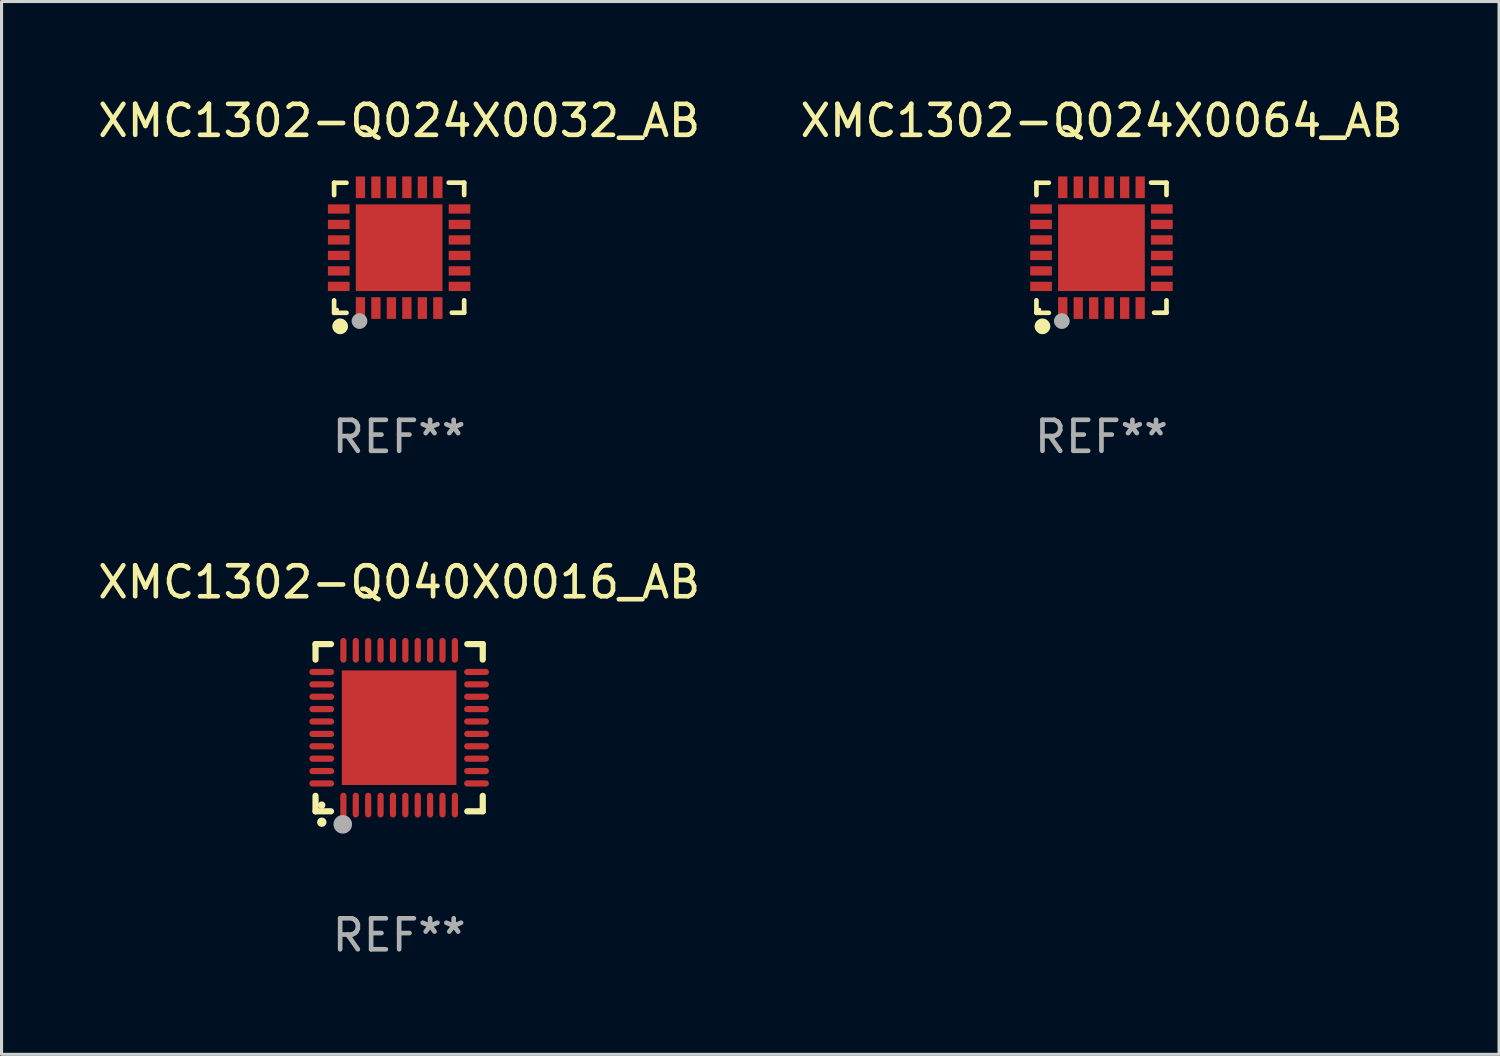
<source format=kicad_pcb>
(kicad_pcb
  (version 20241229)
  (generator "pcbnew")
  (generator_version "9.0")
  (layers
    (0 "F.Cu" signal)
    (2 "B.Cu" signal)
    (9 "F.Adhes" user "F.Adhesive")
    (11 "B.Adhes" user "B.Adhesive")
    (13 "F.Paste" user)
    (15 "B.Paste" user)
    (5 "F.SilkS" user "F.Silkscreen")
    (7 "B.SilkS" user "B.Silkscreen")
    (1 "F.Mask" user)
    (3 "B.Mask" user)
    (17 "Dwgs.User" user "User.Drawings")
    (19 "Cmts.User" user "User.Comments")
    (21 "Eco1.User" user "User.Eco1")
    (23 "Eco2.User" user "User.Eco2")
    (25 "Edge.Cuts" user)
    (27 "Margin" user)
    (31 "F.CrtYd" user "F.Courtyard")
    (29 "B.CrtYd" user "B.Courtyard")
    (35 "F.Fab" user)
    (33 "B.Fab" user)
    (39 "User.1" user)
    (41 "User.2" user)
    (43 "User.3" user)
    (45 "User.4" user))
  (footprint "XMC1302-Q024X0064_AB"
    (layer "F.Cu")
    (at 32.518 4.95)
    (property "Reference" "XMC1302-Q024X0064_AB" (at 0 -4.102 0) (layer "F.SilkS") (effects (font (size 1 1) (thickness 0.15))))
    (attr through_hole)
    (fp_line (start -2.1 -2.098) (end -1.7 -2.098) (stroke (width 0.15) (type solid)) (layer "F.SilkS"))
    (fp_line (start -2.1 -1.698) (end -2.1 -2.098) (stroke (width 0.15) (type solid)) (layer "F.SilkS"))
    (fp_line (start -2.1 2.102) (end -2.1 1.698) (stroke (width 0.15) (type solid)) (layer "F.SilkS"))
    (fp_line (start -1.7 2.102) (end -2.1 2.102) (stroke (width 0.15) (type solid)) (layer "F.SilkS"))
    (fp_line (start 1.6 -2.102) (end 2.1 -2.102) (stroke (width 0.15) (type solid)) (layer "F.SilkS"))
    (fp_line (start 1.7 2.098) (end 2.1 2.098) (stroke (width 0.15) (type solid)) (layer "F.SilkS"))
    (fp_line (start 2.1 -2.102) (end 2.1 -1.702) (stroke (width 0.15) (type solid)) (layer "F.SilkS"))
    (fp_line (start 2.1 2.098) (end 2.1 1.698) (stroke (width 0.15) (type solid)) (layer "F.SilkS"))
    (fp_circle (center -2 1.998) (end -1.97 1.998) (stroke (width 0.06) (type solid)) (fill no) (layer "F.SilkS"))
    (fp_circle (center -1.905 2.538) (end -1.778 2.538) (stroke (width 0.254) (type solid)) (fill no) (layer "F.SilkS"))
    (fp_circle (center -1.28 2.368) (end -1.153 2.368) (stroke (width 0.254) (type solid)) (fill no) (layer "F.Fab"))
    (fp_text user "REF**" (at 0 6.102 0) (layer "F.Fab") (effects (font (size 1 1) (thickness 0.15))))
    (pad "1" smd rect (at -1.25 1.948 180) (size 0.3 0.7) (layers "F.Cu" "F.Mask" "F.Paste"))
    (pad "2" smd rect (at -0.75 1.948 180) (size 0.3 0.7) (layers "F.Cu" "F.Mask" "F.Paste"))
    (pad "3" smd rect (at -0.25 1.948 180) (size 0.3 0.7) (layers "F.Cu" "F.Mask" "F.Paste"))
    (pad "4" smd rect (at 0.25 1.948 180) (size 0.3 0.7) (layers "F.Cu" "F.Mask" "F.Paste"))
    (pad "5" smd rect (at 0.75 1.948 180) (size 0.3 0.7) (layers "F.Cu" "F.Mask" "F.Paste"))
    (pad "6" smd rect (at 1.25 1.948 180) (size 0.3 0.7) (layers "F.Cu" "F.Mask" "F.Paste"))
    (pad "7" smd rect (at 1.95 1.248 270) (size 0.3 0.7) (layers "F.Cu" "F.Mask" "F.Paste"))
    (pad "8" smd rect (at 1.95 0.748 270) (size 0.3 0.7) (layers "F.Cu" "F.Mask" "F.Paste"))
    (pad "9" smd rect (at 1.95 0.248 270) (size 0.3 0.7) (layers "F.Cu" "F.Mask" "F.Paste"))
    (pad "10" smd rect (at 1.95 -0.252 270) (size 0.3 0.7) (layers "F.Cu" "F.Mask" "F.Paste"))
    (pad "11" smd rect (at 1.95 -0.752 270) (size 0.3 0.7) (layers "F.Cu" "F.Mask" "F.Paste"))
    (pad "12" smd rect (at 1.95 -1.252 270) (size 0.3 0.7) (layers "F.Cu" "F.Mask" "F.Paste"))
    (pad "13" smd rect (at 1.25 -1.952) (size 0.3 0.7) (layers "F.Cu" "F.Mask" "F.Paste"))
    (pad "14" smd rect (at 0.75 -1.952) (size 0.3 0.7) (layers "F.Cu" "F.Mask" "F.Paste"))
    (pad "15" smd rect (at 0.25 -1.952) (size 0.3 0.7) (layers "F.Cu" "F.Mask" "F.Paste"))
    (pad "16" smd rect (at -0.25 -1.952) (size 0.3 0.7) (layers "F.Cu" "F.Mask" "F.Paste"))
    (pad "17" smd rect (at -0.75 -1.952) (size 0.3 0.7) (layers "F.Cu" "F.Mask" "F.Paste"))
    (pad "18" smd rect (at -1.25 -1.952) (size 0.3 0.7) (layers "F.Cu" "F.Mask" "F.Paste"))
    (pad "19" smd rect (at -1.95 -1.252 90) (size 0.3 0.7) (layers "F.Cu" "F.Mask" "F.Paste"))
    (pad "20" smd rect (at -1.95 -0.752 90) (size 0.3 0.7) (layers "F.Cu" "F.Mask" "F.Paste"))
    (pad "21" smd rect (at -1.95 -0.252 90) (size 0.3 0.7) (layers "F.Cu" "F.Mask" "F.Paste"))
    (pad "22" smd rect (at -1.95 0.248 90) (size 0.3 0.7) (layers "F.Cu" "F.Mask" "F.Paste"))
    (pad "23" smd rect (at -1.95 0.748 90) (size 0.3 0.7) (layers "F.Cu" "F.Mask" "F.Paste"))
    (pad "24" smd rect (at -1.95 1.248 90) (size 0.3 0.7) (layers "F.Cu" "F.Mask" "F.Paste"))
    (pad "25" smd rect (at 0.000038 -0.002) (size 2.8 2.8) (layers "F.Cu" "F.Mask" "F.Paste")))
  (footprint "XMC1302-Q040X0016_AB"
    (layer "F.Cu")
    (at 9.839 20.449)
    (property "Reference" "XMC1302-Q040X0016_AB" (at 0 -4.7 0) (layer "F.SilkS") (effects (font (size 1 1) (thickness 0.15))))
    (attr through_hole)
    (fp_line (start -2.7 -2.7) (end -2.7 -2.2) (stroke (width 0.2) (type solid)) (layer "F.SilkS"))
    (fp_line (start -2.7 2.7) (end -2.7 2.2) (stroke (width 0.2) (type solid)) (layer "F.SilkS"))
    (fp_line (start -2.2 -2.7) (end -2.7 -2.7) (stroke (width 0.2) (type solid)) (layer "F.SilkS"))
    (fp_line (start -2.2 2.7) (end -2.7 2.7) (stroke (width 0.2) (type solid)) (layer "F.SilkS"))
    (fp_line (start 2.7 -2.7) (end 2.2 -2.7) (stroke (width 0.2) (type solid)) (layer "F.SilkS"))
    (fp_line (start 2.7 -2.2) (end 2.7 -2.7) (stroke (width 0.2) (type solid)) (layer "F.SilkS"))
    (fp_line (start 2.7 2.2) (end 2.7 2.7) (stroke (width 0.2) (type solid)) (layer "F.SilkS"))
    (fp_line (start 2.7 2.7) (end 2.2 2.7) (stroke (width 0.2) (type solid)) (layer "F.SilkS"))
    (fp_arc (start -2.499365 3.050546) (mid -2.498095 3.050541) (end -2.496825 3.050546) (stroke (width 0.3) (type solid)) (layer "F.SilkS"))
    (fp_circle (center -2.5 2.5) (end -2.44 2.5) (stroke (width 0.12) (type solid)) (fill no) (layer "F.SilkS"))
    (fp_circle (center -1.82 3.12) (end -1.67 3.12) (stroke (width 0.3) (type solid)) (fill no) (layer "F.Fab"))
    (fp_text user "REF**" (at 0 6.7 0) (layer "F.Fab") (effects (font (size 1 1) (thickness 0.15))))
    (pad "1" smd oval (at -1.8 2.499) (size 0.2 0.8) (layers "F.Cu" "F.Mask" "F.Paste"))
    (pad "2" smd oval (at -1.4 2.499) (size 0.2 0.8) (layers "F.Cu" "F.Mask" "F.Paste"))
    (pad "3" smd oval (at -1 2.499) (size 0.2 0.8) (layers "F.Cu" "F.Mask" "F.Paste"))
    (pad "4" smd oval (at -0.6 2.499) (size 0.2 0.8) (layers "F.Cu" "F.Mask" "F.Paste"))
    (pad "5" smd oval (at -0.2 2.499) (size 0.2 0.8) (layers "F.Cu" "F.Mask" "F.Paste"))
    (pad "6" smd oval (at 0.2 2.499) (size 0.2 0.8) (layers "F.Cu" "F.Mask" "F.Paste"))
    (pad "7" smd oval (at 0.6 2.499) (size 0.2 0.8) (layers "F.Cu" "F.Mask" "F.Paste"))
    (pad "8" smd oval (at 1 2.499) (size 0.2 0.8) (layers "F.Cu" "F.Mask" "F.Paste"))
    (pad "9" smd oval (at 1.4 2.499) (size 0.2 0.8) (layers "F.Cu" "F.Mask" "F.Paste"))
    (pad "10" smd oval (at 1.8 2.499) (size 0.2 0.8) (layers "F.Cu" "F.Mask" "F.Paste"))
    (pad "11" smd oval (at 2.499 1.8) (size 0.8 0.2) (layers "F.Cu" "F.Mask" "F.Paste"))
    (pad "12" smd oval (at 2.499 1.4) (size 0.8 0.2) (layers "F.Cu" "F.Mask" "F.Paste"))
    (pad "13" smd oval (at 2.499 1) (size 0.8 0.2) (layers "F.Cu" "F.Mask" "F.Paste"))
    (pad "14" smd oval (at 2.499 0.6) (size 0.8 0.2) (layers "F.Cu" "F.Mask" "F.Paste"))
    (pad "15" smd oval (at 2.499 0.2) (size 0.8 0.2) (layers "F.Cu" "F.Mask" "F.Paste"))
    (pad "16" smd oval (at 2.499 -0.2) (size 0.8 0.2) (layers "F.Cu" "F.Mask" "F.Paste"))
    (pad "17" smd oval (at 2.499 -0.6) (size 0.8 0.2) (layers "F.Cu" "F.Mask" "F.Paste"))
    (pad "18" smd oval (at 2.499 -1) (size 0.8 0.2) (layers "F.Cu" "F.Mask" "F.Paste"))
    (pad "19" smd oval (at 2.499 -1.4) (size 0.8 0.2) (layers "F.Cu" "F.Mask" "F.Paste"))
    (pad "20" smd oval (at 2.499 -1.8) (size 0.8 0.2) (layers "F.Cu" "F.Mask" "F.Paste"))
    (pad "21" smd oval (at 1.8 -2.499) (size 0.2 0.8) (layers "F.Cu" "F.Mask" "F.Paste"))
    (pad "22" smd oval (at 1.4 -2.499) (size 0.2 0.8) (layers "F.Cu" "F.Mask" "F.Paste"))
    (pad "23" smd oval (at 1 -2.499) (size 0.2 0.8) (layers "F.Cu" "F.Mask" "F.Paste"))
    (pad "24" smd oval (at 0.6 -2.499) (size 0.2 0.8) (layers "F.Cu" "F.Mask" "F.Paste"))
    (pad "25" smd oval (at 0.2 -2.499) (size 0.2 0.8) (layers "F.Cu" "F.Mask" "F.Paste"))
    (pad "26" smd oval (at -0.2 -2.499) (size 0.2 0.8) (layers "F.Cu" "F.Mask" "F.Paste"))
    (pad "27" smd oval (at -0.6 -2.499) (size 0.2 0.8) (layers "F.Cu" "F.Mask" "F.Paste"))
    (pad "28" smd oval (at -1 -2.499) (size 0.2 0.8) (layers "F.Cu" "F.Mask" "F.Paste"))
    (pad "29" smd oval (at -1.4 -2.499) (size 0.2 0.8) (layers "F.Cu" "F.Mask" "F.Paste"))
    (pad "30" smd oval (at -1.8 -2.499) (size 0.2 0.8) (layers "F.Cu" "F.Mask" "F.Paste"))
    (pad "31" smd oval (at -2.499 -1.8) (size 0.8 0.2) (layers "F.Cu" "F.Mask" "F.Paste"))
    (pad "32" smd oval (at -2.499 -1.4) (size 0.8 0.2) (layers "F.Cu" "F.Mask" "F.Paste"))
    (pad "33" smd oval (at -2.499 -1) (size 0.8 0.2) (layers "F.Cu" "F.Mask" "F.Paste"))
    (pad "34" smd oval (at -2.499 -0.6) (size 0.8 0.2) (layers "F.Cu" "F.Mask" "F.Paste"))
    (pad "35" smd oval (at -2.499 -0.2) (size 0.8 0.2) (layers "F.Cu" "F.Mask" "F.Paste"))
    (pad "36" smd oval (at -2.499 0.2) (size 0.8 0.2) (layers "F.Cu" "F.Mask" "F.Paste"))
    (pad "37" smd oval (at -2.499 0.6) (size 0.8 0.2) (layers "F.Cu" "F.Mask" "F.Paste"))
    (pad "38" smd oval (at -2.499 1) (size 0.8 0.2) (layers "F.Cu" "F.Mask" "F.Paste"))
    (pad "39" smd oval (at -2.499 1.4) (size 0.8 0.2) (layers "F.Cu" "F.Mask" "F.Paste"))
    (pad "40" smd oval (at -2.499 1.8) (size 0.8 0.2) (layers "F.Cu" "F.Mask" "F.Paste"))
    (pad "41" smd rect (at 0 0) (size 3.7 3.7) (layers "F.Cu" "F.Mask" "F.Paste")))
  (footprint "XMC1302-Q024X0032_AB"
    (layer "F.Cu")
    (at 9.839 4.95)
    (property "Reference" "XMC1302-Q024X0032_AB" (at 0 -4.102 0) (layer "F.SilkS") (effects (font (size 1 1) (thickness 0.15))))
    (attr through_hole)
    (fp_line (start -2.1 -2.098) (end -1.7 -2.098) (stroke (width 0.15) (type solid)) (layer "F.SilkS"))
    (fp_line (start -2.1 -1.698) (end -2.1 -2.098) (stroke (width 0.15) (type solid)) (layer "F.SilkS"))
    (fp_line (start -2.1 2.102) (end -2.1 1.698) (stroke (width 0.15) (type solid)) (layer "F.SilkS"))
    (fp_line (start -1.7 2.102) (end -2.1 2.102) (stroke (width 0.15) (type solid)) (layer "F.SilkS"))
    (fp_line (start 1.6 -2.102) (end 2.1 -2.102) (stroke (width 0.15) (type solid)) (layer "F.SilkS"))
    (fp_line (start 1.7 2.098) (end 2.1 2.098) (stroke (width 0.15) (type solid)) (layer "F.SilkS"))
    (fp_line (start 2.1 -2.102) (end 2.1 -1.702) (stroke (width 0.15) (type solid)) (layer "F.SilkS"))
    (fp_line (start 2.1 2.098) (end 2.1 1.698) (stroke (width 0.15) (type solid)) (layer "F.SilkS"))
    (fp_circle (center -2 1.998) (end -1.97 1.998) (stroke (width 0.06) (type solid)) (fill no) (layer "F.SilkS"))
    (fp_circle (center -1.905 2.538) (end -1.778 2.538) (stroke (width 0.254) (type solid)) (fill no) (layer "F.SilkS"))
    (fp_circle (center -1.28 2.368) (end -1.153 2.368) (stroke (width 0.254) (type solid)) (fill no) (layer "F.Fab"))
    (fp_text user "REF**" (at 0 6.102 0) (layer "F.Fab") (effects (font (size 1 1) (thickness 0.15))))
    (pad "1" smd rect (at -1.25 1.948 180) (size 0.3 0.7) (layers "F.Cu" "F.Mask" "F.Paste"))
    (pad "2" smd rect (at -0.75 1.948 180) (size 0.3 0.7) (layers "F.Cu" "F.Mask" "F.Paste"))
    (pad "3" smd rect (at -0.25 1.948 180) (size 0.3 0.7) (layers "F.Cu" "F.Mask" "F.Paste"))
    (pad "4" smd rect (at 0.25 1.948 180) (size 0.3 0.7) (layers "F.Cu" "F.Mask" "F.Paste"))
    (pad "5" smd rect (at 0.75 1.948 180) (size 0.3 0.7) (layers "F.Cu" "F.Mask" "F.Paste"))
    (pad "6" smd rect (at 1.25 1.948 180) (size 0.3 0.7) (layers "F.Cu" "F.Mask" "F.Paste"))
    (pad "7" smd rect (at 1.95 1.248 270) (size 0.3 0.7) (layers "F.Cu" "F.Mask" "F.Paste"))
    (pad "8" smd rect (at 1.95 0.748 270) (size 0.3 0.7) (layers "F.Cu" "F.Mask" "F.Paste"))
    (pad "9" smd rect (at 1.95 0.248 270) (size 0.3 0.7) (layers "F.Cu" "F.Mask" "F.Paste"))
    (pad "10" smd rect (at 1.95 -0.252 270) (size 0.3 0.7) (layers "F.Cu" "F.Mask" "F.Paste"))
    (pad "11" smd rect (at 1.95 -0.752 270) (size 0.3 0.7) (layers "F.Cu" "F.Mask" "F.Paste"))
    (pad "12" smd rect (at 1.95 -1.252 270) (size 0.3 0.7) (layers "F.Cu" "F.Mask" "F.Paste"))
    (pad "13" smd rect (at 1.25 -1.952) (size 0.3 0.7) (layers "F.Cu" "F.Mask" "F.Paste"))
    (pad "14" smd rect (at 0.75 -1.952) (size 0.3 0.7) (layers "F.Cu" "F.Mask" "F.Paste"))
    (pad "15" smd rect (at 0.25 -1.952) (size 0.3 0.7) (layers "F.Cu" "F.Mask" "F.Paste"))
    (pad "16" smd rect (at -0.25 -1.952) (size 0.3 0.7) (layers "F.Cu" "F.Mask" "F.Paste"))
    (pad "17" smd rect (at -0.75 -1.952) (size 0.3 0.7) (layers "F.Cu" "F.Mask" "F.Paste"))
    (pad "18" smd rect (at -1.25 -1.952) (size 0.3 0.7) (layers "F.Cu" "F.Mask" "F.Paste"))
    (pad "19" smd rect (at -1.95 -1.252 90) (size 0.3 0.7) (layers "F.Cu" "F.Mask" "F.Paste"))
    (pad "20" smd rect (at -1.95 -0.752 90) (size 0.3 0.7) (layers "F.Cu" "F.Mask" "F.Paste"))
    (pad "21" smd rect (at -1.95 -0.252 90) (size 0.3 0.7) (layers "F.Cu" "F.Mask" "F.Paste"))
    (pad "22" smd rect (at -1.95 0.248 90) (size 0.3 0.7) (layers "F.Cu" "F.Mask" "F.Paste"))
    (pad "23" smd rect (at -1.95 0.748 90) (size 0.3 0.7) (layers "F.Cu" "F.Mask" "F.Paste"))
    (pad "24" smd rect (at -1.95 1.248 90) (size 0.3 0.7) (layers "F.Cu" "F.Mask" "F.Paste"))
    (pad "25" smd rect (at 0.000038 -0.002) (size 2.8 2.8) (layers "F.Cu" "F.Mask" "F.Paste")))
  (gr_rect
    (start -3 -3)
    (end 45.357 30.997)
    (stroke (width 0.1) (type default))
    (fill no)
    (layer "Edge.Cuts")))
</source>
